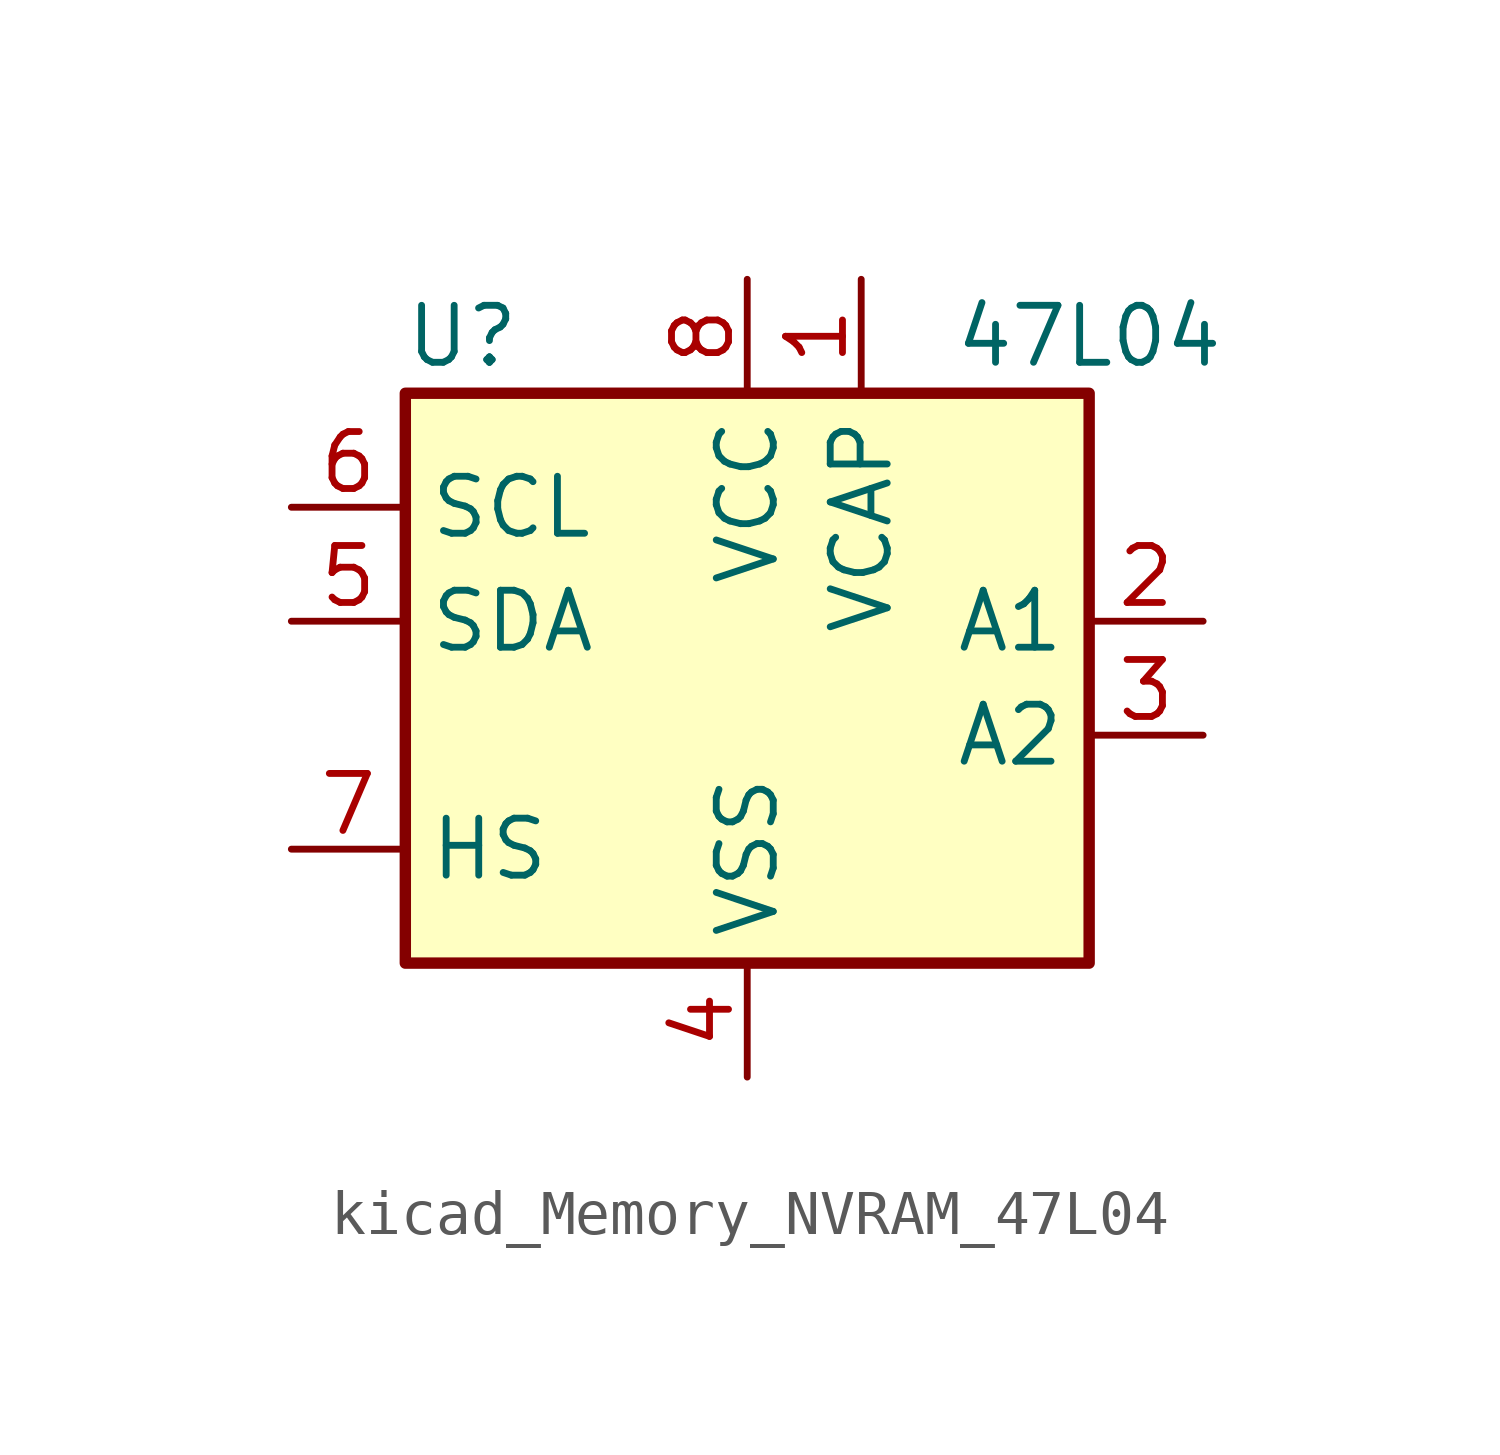
<source format=kicad_sym>
(kicad_symbol_lib
  (version 20220914)
  (generator kicad_symbol_editor)
  (symbol "kicad_Memory_NVRAM_47L04"
    (property "Reference" "U"
      (at -6.35 6.35 0)
      (effects (font (size 1.27 1.27))))
    (property "Value" "47L04"
      (at 7.62 6.35 0)
      (effects (font (size 1.27 1.27))))
    (symbol "kicad_Memory_NVRAM_47L04_1_1"
      (rectangle (start -7.62 5.08) (end 7.62 -7.62) (stroke (width 0.254) (type default)) (fill (type background)))
      (pin power_in line (at 2.54 7.62 270) (length 2.54) (name "VCAP" (effects (font (size 1.27 1.27)))) (number "1" (effects (font (size 1.27 1.27)))))
      (pin input line (at 10.16 0 180) (length 2.54) (name "A1" (effects (font (size 1.27 1.27)))) (number "2" (effects (font (size 1.27 1.27)))))
      (pin input line (at 10.16 -2.54 180) (length 2.54) (name "A2" (effects (font (size 1.27 1.27)))) (number "3" (effects (font (size 1.27 1.27)))))
      (pin power_in line (at 0 -10.16 90) (length 2.54) (name "VSS" (effects (font (size 1.27 1.27)))) (number "4" (effects (font (size 1.27 1.27)))))
      (pin bidirectional line (at -10.16 0 0) (length 2.54) (name "SDA" (effects (font (size 1.27 1.27)))) (number "5" (effects (font (size 1.27 1.27)))))
      (pin input line (at -10.16 2.54 0) (length 2.54) (name "SCL" (effects (font (size 1.27 1.27)))) (number "6" (effects (font (size 1.27 1.27)))))
      (pin input line (at -10.16 -5.08 0) (length 2.54) (name "HS" (effects (font (size 1.27 1.27)))) (number "7" (effects (font (size 1.27 1.27)))))
      (pin power_in line (at 0 7.62 270) (length 2.54) (name "VCC" (effects (font (size 1.27 1.27)))) (number "8" (effects (font (size 1.27 1.27))))))))
</source>
